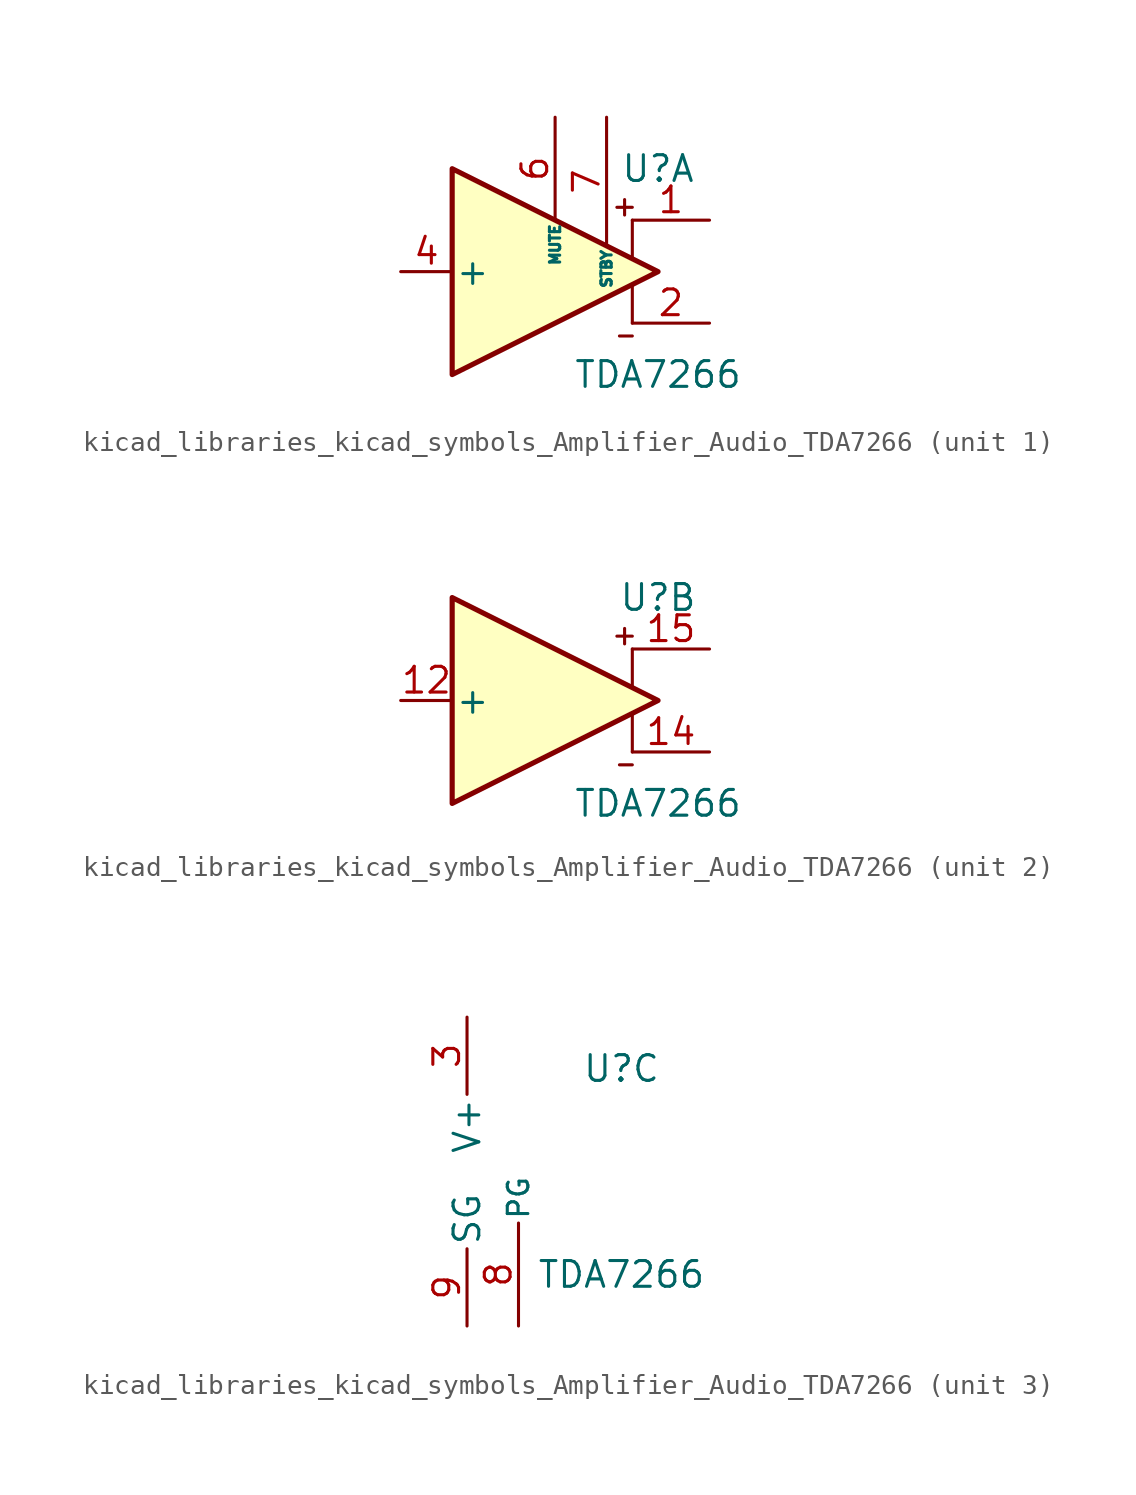
<source format=kicad_sym>
(kicad_symbol_lib
  (version 20220914)
  (generator kicad_symbol_editor)
  (symbol "kicad_libraries_kicad_symbols_Amplifier_Audio_TDA7266"
    (pin_names
      (offset 0.127))
    (property "Reference" "U"
      (at 5.08 5.08 0)
      (effects (font (size 1.27 1.27))))
    (property "Value" "TDA7266"
      (at 5.08 -5.08 0)
      (effects (font (size 1.27 1.27))))
    (property "ki_locked" ""
      (at 0 0 0)
      (effects (font (size 1.27 1.27))))
    (symbol "kicad_libraries_kicad_symbols_Amplifier_Audio_TDA7266_1_1"
      (polyline (pts (xy 3.048 3.175) (xy 3.81 3.175)) (stroke (width 0) (type default)) (fill (type none)))
      (polyline (pts (xy 3.175 -3.175) (xy 3.81 -3.175)) (stroke (width 0) (type default)) (fill (type none)))
      (polyline (pts (xy 3.429 2.794) (xy 3.429 3.556)) (stroke (width 0) (type default)) (fill (type none)))
      (polyline (pts (xy 3.81 -0.635) (xy 3.81 -2.54)) (stroke (width 0) (type default)) (fill (type none)))
      (polyline (pts (xy 3.81 2.54) (xy 3.81 0.635)) (stroke (width 0) (type default)) (fill (type none)))
      (polyline (pts (xy 5.08 0) (xy -5.08 5.08) (xy -5.08 -5.08) (xy 5.08 0)) (stroke (width 0.254) (type default)) (fill (type background)))
      (pin output line (at 7.62 2.54 180) (length 3.81) (name "~" (effects (font (size 1.27 1.27)))) (number "1" (effects (font (size 1.27 1.27)))))
      (pin no_connect line (at -2.54 3.81 270) (length 2.54) hide (name "NC" (effects (font (size 1.27 1.27)))) (number "10" (effects (font (size 1.27 1.27)))))
      (pin no_connect line (at -5.08 5.08 270) (length 2.54) hide (name "NC" (effects (font (size 1.27 1.27)))) (number "11" (effects (font (size 1.27 1.27)))))
      (pin output line (at 7.62 -2.54 180) (length 3.81) (name "~" (effects (font (size 1.27 1.27)))) (number "2" (effects (font (size 1.27 1.27)))))
      (pin input line (at -7.62 0 0) (length 2.54) (name "+" (effects (font (size 1.27 1.27)))) (number "4" (effects (font (size 1.27 1.27)))))
      (pin no_connect line (at -5.08 -5.08 90) (length 2.54) hide (name "NC" (effects (font (size 1.27 1.27)))) (number "5" (effects (font (size 1.27 1.27)))))
      (pin input line (at 0 7.62 270) (length 5.08) (name "MUTE" (effects (font (size 0.508 0.508)))) (number "6" (effects (font (size 1.27 1.27)))))
      (pin input line (at 2.54 7.62 270) (length 6.35) (name "STBY" (effects (font (size 0.508 0.508)))) (number "7" (effects (font (size 1.27 1.27))))))
    (symbol "kicad_libraries_kicad_symbols_Amplifier_Audio_TDA7266_2_1"
      (polyline (pts (xy 3.048 3.175) (xy 3.81 3.175)) (stroke (width 0) (type default)) (fill (type none)))
      (polyline (pts (xy 3.175 -3.175) (xy 3.81 -3.175)) (stroke (width 0) (type default)) (fill (type none)))
      (polyline (pts (xy 3.429 2.794) (xy 3.429 3.556)) (stroke (width 0) (type default)) (fill (type none)))
      (polyline (pts (xy 3.81 -0.635) (xy 3.81 -2.54)) (stroke (width 0) (type default)) (fill (type none)))
      (polyline (pts (xy 3.81 2.54) (xy 3.81 0.635)) (stroke (width 0) (type default)) (fill (type none)))
      (polyline (pts (xy 5.08 0) (xy -5.08 5.08) (xy -5.08 -5.08) (xy 5.08 0)) (stroke (width 0.254) (type default)) (fill (type background)))
      (pin input line (at -7.62 0 0) (length 2.54) (name "+" (effects (font (size 1.27 1.27)))) (number "12" (effects (font (size 1.27 1.27)))))
      (pin output line (at 7.62 -2.54 180) (length 3.81) (name "~" (effects (font (size 1.27 1.27)))) (number "14" (effects (font (size 1.27 1.27)))))
      (pin output line (at 7.62 2.54 180) (length 3.81) (name "~" (effects (font (size 1.27 1.27)))) (number "15" (effects (font (size 1.27 1.27))))))
    (symbol "kicad_libraries_kicad_symbols_Amplifier_Audio_TDA7266_3_1"
      (pin passive line (at -2.54 7.62 270) (length 3.81) hide (name "V+" (effects (font (size 1.27 1.27)))) (number "13" (effects (font (size 1.27 1.27)))))
      (pin power_in line (at -2.54 7.62 270) (length 3.81) (name "V+" (effects (font (size 1.27 1.27)))) (number "3" (effects (font (size 1.27 1.27)))))
      (pin power_in line (at 0 -7.62 90) (length 5.08) (name "PG" (effects (font (size 1.016 1.016)))) (number "8" (effects (font (size 1.27 1.27)))))
      (pin power_in line (at -2.54 -7.62 90) (length 3.81) (name "SG" (effects (font (size 1.27 1.27)))) (number "9" (effects (font (size 1.27 1.27))))))))
</source>
